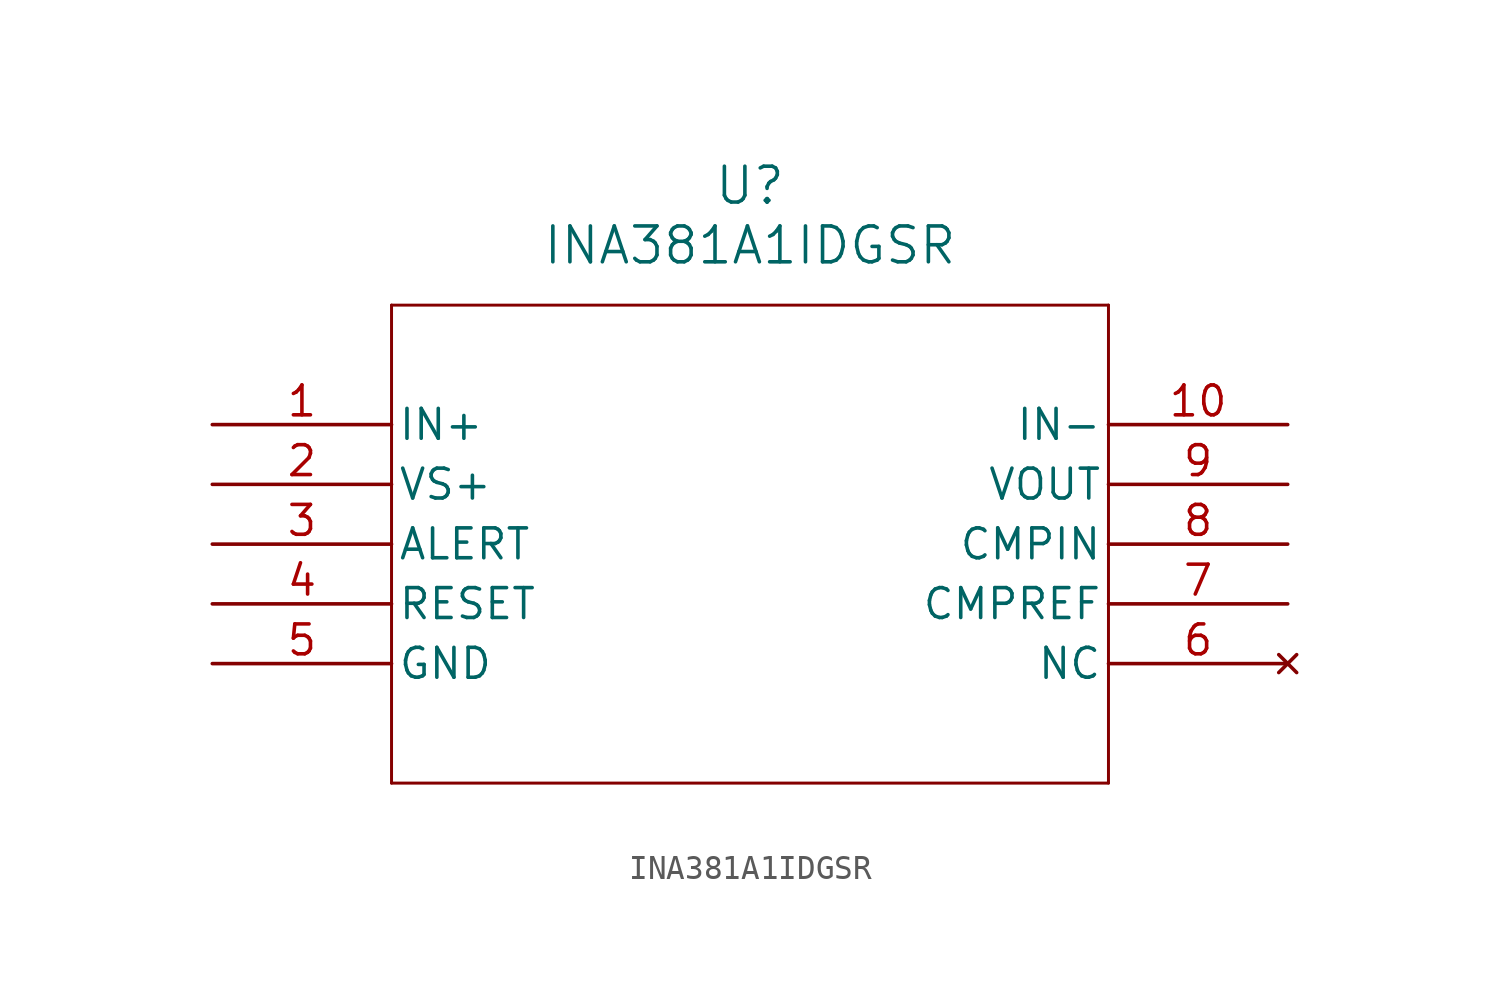
<source format=kicad_sym>
(kicad_symbol_lib
  (version 20211014)
  (generator kicad_symbol_editor)
  (symbol "INA381A1IDGSR"
    (pin_names
      (offset 0.254))
    (property "Reference" "U"
      (at 22.86 10.16 0)
      (effects (font (size 1.524 1.524))))
    (property "Value" "INA381A1IDGSR"
      (at 22.86 7.62 0)
      (effects (font (size 1.524 1.524))))
    (polyline
      (pts (xy 7.62 5.08) (xy 7.62 -15.24))
      (stroke (width 0.127) (type default) (color 0 0 0 0))
      (fill (type none)))
    (polyline
      (pts (xy 7.62 -15.24) (xy 38.1 -15.24))
      (stroke (width 0.127) (type default) (color 0 0 0 0))
      (fill (type none)))
    (polyline
      (pts (xy 38.1 -15.24) (xy 38.1 5.08))
      (stroke (width 0.127) (type default) (color 0 0 0 0))
      (fill (type none)))
    (polyline
      (pts (xy 38.1 5.08) (xy 7.62 5.08))
      (stroke (width 0.127) (type default) (color 0 0 0 0))
      (fill (type none)))
    (pin input line
      (at 0 0 0)
      (length 7.62)
      (name "IN+" (effects (font (size 1.27 1.27))))
      (number "1" (effects (font (size 1.27 1.27)))))
    (pin unspecified line
      (at 0 -2.54 0)
      (length 7.62)
      (name "VS+" (effects (font (size 1.27 1.27))))
      (number "2" (effects (font (size 1.27 1.27)))))
    (pin unspecified line
      (at 0 -5.08 0)
      (length 7.62)
      (name "ALERT" (effects (font (size 1.27 1.27))))
      (number "3" (effects (font (size 1.27 1.27)))))
    (pin unspecified line
      (at 0 -7.62 0)
      (length 7.62)
      (name "RESET" (effects (font (size 1.27 1.27))))
      (number "4" (effects (font (size 1.27 1.27)))))
    (pin power_out line
      (at 0 -10.16 0)
      (length 7.62)
      (name "GND" (effects (font (size 1.27 1.27))))
      (number "5" (effects (font (size 1.27 1.27)))))
    (pin no_connect line
      (at 45.72 -10.16 180)
      (length 7.62)
      (name "NC" (effects (font (size 1.27 1.27))))
      (number "6" (effects (font (size 1.27 1.27)))))
    (pin unspecified line
      (at 45.72 -7.62 180)
      (length 7.62)
      (name "CMPREF" (effects (font (size 1.27 1.27))))
      (number "7" (effects (font (size 1.27 1.27)))))
    (pin unspecified line
      (at 45.72 -5.08 180)
      (length 7.62)
      (name "CMPIN" (effects (font (size 1.27 1.27))))
      (number "8" (effects (font (size 1.27 1.27)))))
    (pin output line
      (at 45.72 -2.54 180)
      (length 7.62)
      (name "VOUT" (effects (font (size 1.27 1.27))))
      (number "9" (effects (font (size 1.27 1.27)))))
    (pin unspecified line
      (at 45.72 0 180)
      (length 7.62)
      (name "IN-" (effects (font (size 1.27 1.27))))
      (number "10" (effects (font (size 1.27 1.27)))))))
</source>
